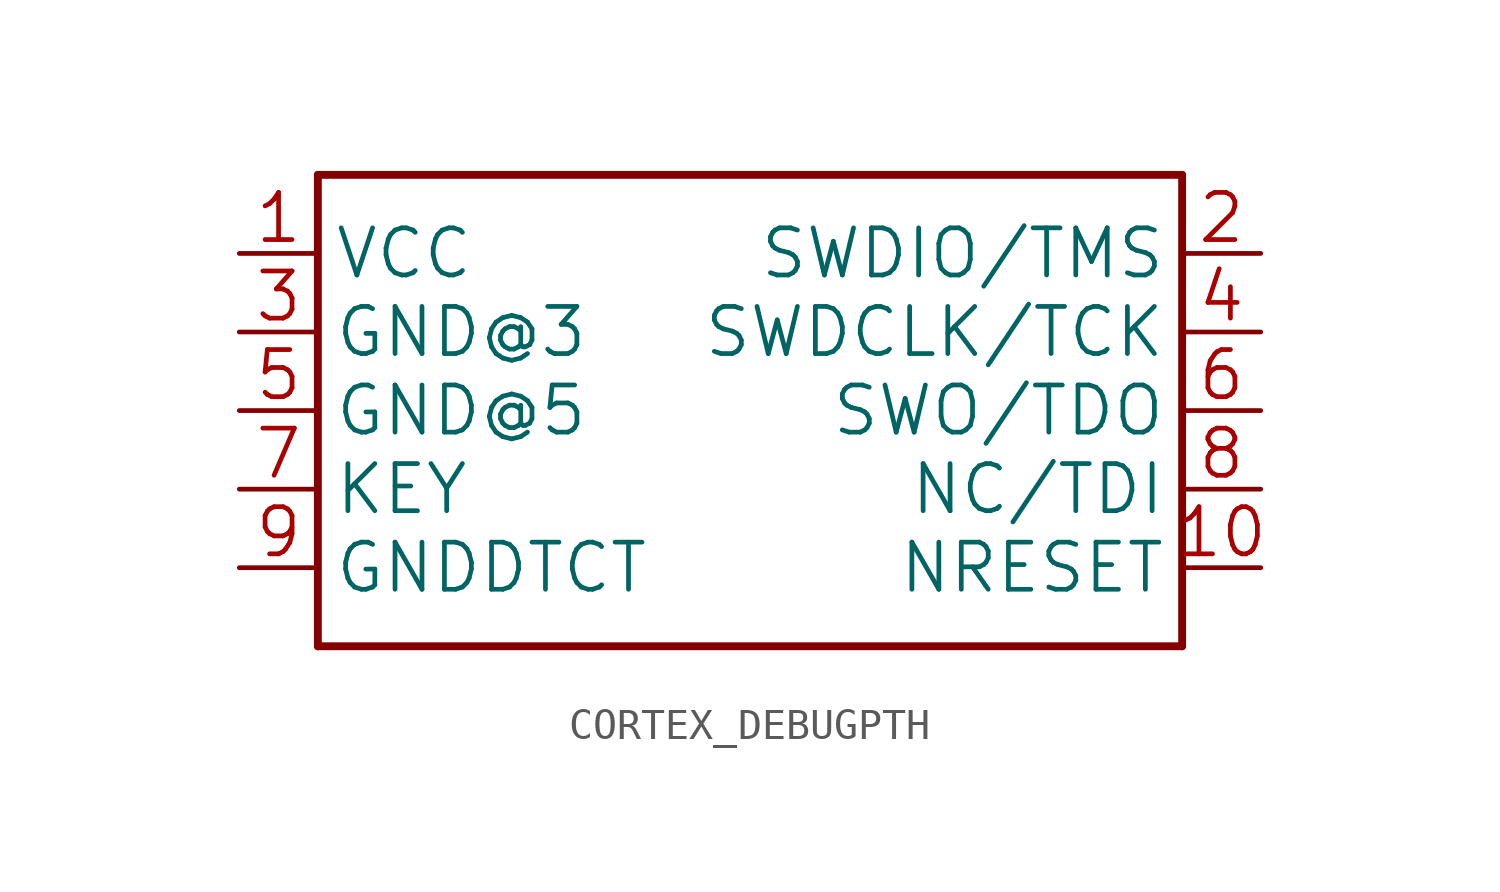
<source format=kicad_sym>
(kicad_symbol_lib
  (version 20241209)
  (generator "kicad_symbol_editor")
  (generator_version "9.0")
  (symbol "CORTEX_DEBUGPTH"
    (property "Reference" "JP"
      (at -12.7 7.874 0)
      (effects (font (size 1.778 1.511)) (justify left bottom) (hide yes)))
    (property "ki_locked" ""
      (at 0 0 0)
      (effects (font (size 1.27 1.27))))
    (symbol "CORTEX_DEBUGPTH_1_0"
      (polyline (pts (xy -12.7 7.62) (xy 15.24 7.62)) (stroke (width 0.254) (type solid)) (fill (type none)))
      (polyline (pts (xy -12.7 -7.62) (xy -12.7 7.62)) (stroke (width 0.254) (type solid)) (fill (type none)))
      (polyline (pts (xy 15.24 7.62) (xy 15.24 -7.62)) (stroke (width 0.254) (type solid)) (fill (type none)))
      (polyline (pts (xy 15.24 -7.62) (xy -12.7 -7.62)) (stroke (width 0.254) (type solid)) (fill (type none)))
      (pin bidirectional line (at -15.24 5.08 0) (length 2.54) (name "VCC" (effects (font (size 1.524 1.524)))) (number "1" (effects (font (size 1.524 1.524)))))
      (pin bidirectional line (at -15.24 2.54 0) (length 2.54) (name "GND@3" (effects (font (size 1.524 1.524)))) (number "3" (effects (font (size 1.524 1.524)))))
      (pin bidirectional line (at -15.24 0 0) (length 2.54) (name "GND@5" (effects (font (size 1.524 1.524)))) (number "5" (effects (font (size 1.524 1.524)))))
      (pin bidirectional line (at -15.24 -2.54 0) (length 2.54) (name "KEY" (effects (font (size 1.524 1.524)))) (number "7" (effects (font (size 1.524 1.524)))))
      (pin bidirectional line (at -15.24 -5.08 0) (length 2.54) (name "GNDDTCT" (effects (font (size 1.524 1.524)))) (number "9" (effects (font (size 1.524 1.524)))))
      (pin bidirectional line (at 17.78 5.08 180) (length 2.54) (name "SWDIO/TMS" (effects (font (size 1.524 1.524)))) (number "2" (effects (font (size 1.524 1.524)))))
      (pin bidirectional line (at 17.78 2.54 180) (length 2.54) (name "SWDCLK/TCK" (effects (font (size 1.524 1.524)))) (number "4" (effects (font (size 1.524 1.524)))))
      (pin bidirectional line (at 17.78 0 180) (length 2.54) (name "SWO/TDO" (effects (font (size 1.524 1.524)))) (number "6" (effects (font (size 1.524 1.524)))))
      (pin bidirectional line (at 17.78 -2.54 180) (length 2.54) (name "NC/TDI" (effects (font (size 1.524 1.524)))) (number "8" (effects (font (size 1.524 1.524)))))
      (pin bidirectional line (at 17.78 -5.08 180) (length 2.54) (name "NRESET" (effects (font (size 1.524 1.524)))) (number "10" (effects (font (size 1.524 1.524))))))))
</source>
